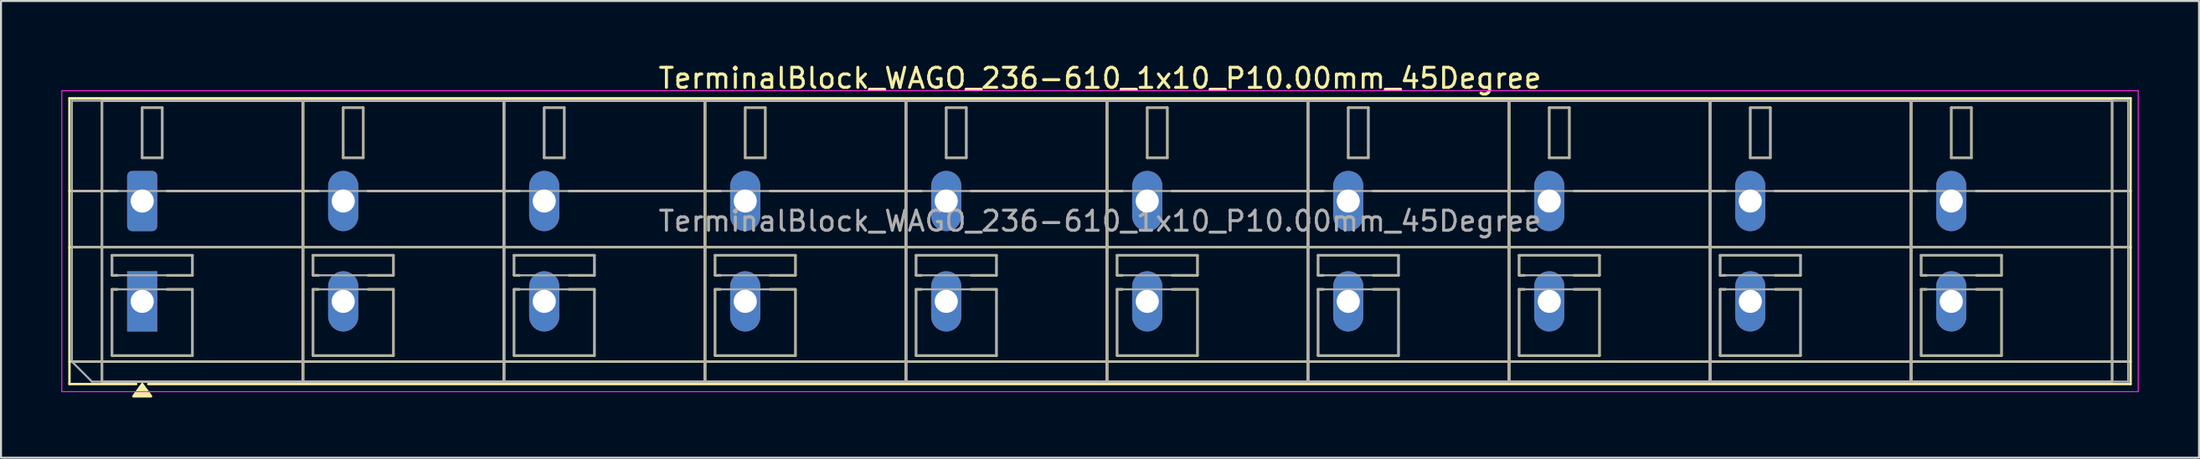
<source format=kicad_pcb>
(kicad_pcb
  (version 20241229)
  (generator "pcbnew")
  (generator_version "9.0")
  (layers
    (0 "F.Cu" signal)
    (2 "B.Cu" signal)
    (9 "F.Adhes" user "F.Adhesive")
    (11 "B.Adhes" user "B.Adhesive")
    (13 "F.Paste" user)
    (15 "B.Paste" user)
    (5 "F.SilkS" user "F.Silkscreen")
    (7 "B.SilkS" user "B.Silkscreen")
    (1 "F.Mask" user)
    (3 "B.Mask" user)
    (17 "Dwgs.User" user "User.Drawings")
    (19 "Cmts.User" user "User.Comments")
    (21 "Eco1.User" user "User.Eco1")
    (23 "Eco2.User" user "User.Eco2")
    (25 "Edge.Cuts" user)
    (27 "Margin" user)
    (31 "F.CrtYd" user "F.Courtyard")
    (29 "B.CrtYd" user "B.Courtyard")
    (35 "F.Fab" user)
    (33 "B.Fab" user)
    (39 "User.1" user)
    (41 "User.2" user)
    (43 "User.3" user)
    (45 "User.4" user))
  (footprint "TerminalBlock_WAGO_236-610_1x10_P10.00mm_45Degree"
    (layer "F.Cu")
    (at 4.025 6.968)
    (property "Reference" "TerminalBlock_WAGO_236-610_1x10_P10.00mm_45Degree" (at 47.65 -6.12 0) (layer "F.SilkS") (effects (font (size 1 1) (thickness 0.15))))
    (attr through_hole)
    (fp_line (start -3.62 -5.12) (end -3.62 9.12) (stroke (width 0.12) (type solid)) (layer "F.SilkS"))
    (fp_line (start -3.62 -5.12) (end 98.92 -5.12) (stroke (width 0.12) (type solid)) (layer "F.SilkS"))
    (fp_line (start -3.62 -0.5) (end -1.23 -0.5) (stroke (width 0.12) (type solid)) (layer "F.SilkS"))
    (fp_line (start -3.62 2.3) (end 98.92 2.3) (stroke (width 0.12) (type solid)) (layer "F.SilkS"))
    (fp_line (start -3.62 8) (end 98.92 8) (stroke (width 0.12) (type solid)) (layer "F.SilkS"))
    (fp_line (start -3.62 9.12) (end -0.3 9.12) (stroke (width 0.12) (type solid)) (layer "F.SilkS"))
    (fp_line (start -2 -5) (end -2 9) (stroke (width 0.12) (type solid)) (layer "F.SilkS"))
    (fp_line (start -2 -5) (end 8 -5) (stroke (width 0.12) (type solid)) (layer "F.SilkS"))
    (fp_line (start -2 9) (end 8 9) (stroke (width 0.12) (type solid)) (layer "F.SilkS"))
    (fp_line (start -1.5 2.7) (end -1.5 3.7) (stroke (width 0.12) (type solid)) (layer "F.SilkS"))
    (fp_line (start -1.5 2.7) (end 2.5 2.7) (stroke (width 0.12) (type solid)) (layer "F.SilkS"))
    (fp_line (start -1.5 3.7) (end -1.23 3.7) (stroke (width 0.12) (type solid)) (layer "F.SilkS"))
    (fp_line (start -1.5 4.4) (end -1.5 7.7) (stroke (width 0.12) (type solid)) (layer "F.SilkS"))
    (fp_line (start -1.5 4.4) (end -1.23 4.4) (stroke (width 0.12) (type solid)) (layer "F.SilkS"))
    (fp_line (start -1.5 7.7) (end 2.5 7.7) (stroke (width 0.12) (type solid)) (layer "F.SilkS"))
    (fp_line (start 0 -4.65) (end 0 -2.15) (stroke (width 0.12) (type solid)) (layer "F.SilkS"))
    (fp_line (start 0 -4.65) (end 1 -4.65) (stroke (width 0.12) (type solid)) (layer "F.SilkS"))
    (fp_line (start 0 -2.15) (end 1 -2.15) (stroke (width 0.12) (type solid)) (layer "F.SilkS"))
    (fp_line (start 0.3 9.12) (end 98.92 9.12) (stroke (width 0.12) (type solid)) (layer "F.SilkS"))
    (fp_line (start 1 -4.65) (end 1 -2.15) (stroke (width 0.12) (type solid)) (layer "F.SilkS"))
    (fp_line (start 1.23 -0.5) (end 8.77 -0.5) (stroke (width 0.12) (type solid)) (layer "F.SilkS"))
    (fp_line (start 1.23 3.7) (end 2.5 3.7) (stroke (width 0.12) (type solid)) (layer "F.SilkS"))
    (fp_line (start 1.23 4.4) (end 2.5 4.4) (stroke (width 0.12) (type solid)) (layer "F.SilkS"))
    (fp_line (start 2.5 2.7) (end 2.5 3.7) (stroke (width 0.12) (type solid)) (layer "F.SilkS"))
    (fp_line (start 2.5 4.4) (end 2.5 7.7) (stroke (width 0.12) (type solid)) (layer "F.SilkS"))
    (fp_line (start 8 -5) (end 8 9) (stroke (width 0.12) (type solid)) (layer "F.SilkS"))
    (fp_line (start 8 -5) (end 8 9) (stroke (width 0.12) (type solid)) (layer "F.SilkS"))
    (fp_line (start 8 -5) (end 18 -5) (stroke (width 0.12) (type solid)) (layer "F.SilkS"))
    (fp_line (start 8 9) (end 18 9) (stroke (width 0.12) (type solid)) (layer "F.SilkS"))
    (fp_line (start 8.5 2.7) (end 8.5 3.7) (stroke (width 0.12) (type solid)) (layer "F.SilkS"))
    (fp_line (start 8.5 2.7) (end 12.5 2.7) (stroke (width 0.12) (type solid)) (layer "F.SilkS"))
    (fp_line (start 8.5 3.7) (end 8.77 3.7) (stroke (width 0.12) (type solid)) (layer "F.SilkS"))
    (fp_line (start 8.5 4.4) (end 8.5 7.7) (stroke (width 0.12) (type solid)) (layer "F.SilkS"))
    (fp_line (start 8.5 4.4) (end 8.77 4.4) (stroke (width 0.12) (type solid)) (layer "F.SilkS"))
    (fp_line (start 8.5 7.7) (end 12.5 7.7) (stroke (width 0.12) (type solid)) (layer "F.SilkS"))
    (fp_line (start 10 -4.65) (end 10 -2.15) (stroke (width 0.12) (type solid)) (layer "F.SilkS"))
    (fp_line (start 10 -4.65) (end 11 -4.65) (stroke (width 0.12) (type solid)) (layer "F.SilkS"))
    (fp_line (start 10 -2.15) (end 11 -2.15) (stroke (width 0.12) (type solid)) (layer "F.SilkS"))
    (fp_line (start 11 -4.65) (end 11 -2.15) (stroke (width 0.12) (type solid)) (layer "F.SilkS"))
    (fp_line (start 11.23 -0.5) (end 18.77 -0.5) (stroke (width 0.12) (type solid)) (layer "F.SilkS"))
    (fp_line (start 11.23 3.7) (end 12.5 3.7) (stroke (width 0.12) (type solid)) (layer "F.SilkS"))
    (fp_line (start 11.23 4.4) (end 12.5 4.4) (stroke (width 0.12) (type solid)) (layer "F.SilkS"))
    (fp_line (start 12.5 2.7) (end 12.5 3.7) (stroke (width 0.12) (type solid)) (layer "F.SilkS"))
    (fp_line (start 12.5 4.4) (end 12.5 7.7) (stroke (width 0.12) (type solid)) (layer "F.SilkS"))
    (fp_line (start 18 -5) (end 18 9) (stroke (width 0.12) (type solid)) (layer "F.SilkS"))
    (fp_line (start 18 -5) (end 18 9) (stroke (width 0.12) (type solid)) (layer "F.SilkS"))
    (fp_line (start 18 -5) (end 28 -5) (stroke (width 0.12) (type solid)) (layer "F.SilkS"))
    (fp_line (start 18 9) (end 28 9) (stroke (width 0.12) (type solid)) (layer "F.SilkS"))
    (fp_line (start 18.5 2.7) (end 18.5 3.7) (stroke (width 0.12) (type solid)) (layer "F.SilkS"))
    (fp_line (start 18.5 2.7) (end 22.5 2.7) (stroke (width 0.12) (type solid)) (layer "F.SilkS"))
    (fp_line (start 18.5 3.7) (end 18.77 3.7) (stroke (width 0.12) (type solid)) (layer "F.SilkS"))
    (fp_line (start 18.5 4.4) (end 18.5 7.7) (stroke (width 0.12) (type solid)) (layer "F.SilkS"))
    (fp_line (start 18.5 4.4) (end 18.77 4.4) (stroke (width 0.12) (type solid)) (layer "F.SilkS"))
    (fp_line (start 18.5 7.7) (end 22.5 7.7) (stroke (width 0.12) (type solid)) (layer "F.SilkS"))
    (fp_line (start 20 -4.65) (end 20 -2.15) (stroke (width 0.12) (type solid)) (layer "F.SilkS"))
    (fp_line (start 20 -4.65) (end 21 -4.65) (stroke (width 0.12) (type solid)) (layer "F.SilkS"))
    (fp_line (start 20 -2.15) (end 21 -2.15) (stroke (width 0.12) (type solid)) (layer "F.SilkS"))
    (fp_line (start 21 -4.65) (end 21 -2.15) (stroke (width 0.12) (type solid)) (layer "F.SilkS"))
    (fp_line (start 21.23 -0.5) (end 28.77 -0.5) (stroke (width 0.12) (type solid)) (layer "F.SilkS"))
    (fp_line (start 21.23 3.7) (end 22.5 3.7) (stroke (width 0.12) (type solid)) (layer "F.SilkS"))
    (fp_line (start 21.23 4.4) (end 22.5 4.4) (stroke (width 0.12) (type solid)) (layer "F.SilkS"))
    (fp_line (start 22.5 2.7) (end 22.5 3.7) (stroke (width 0.12) (type solid)) (layer "F.SilkS"))
    (fp_line (start 22.5 4.4) (end 22.5 7.7) (stroke (width 0.12) (type solid)) (layer "F.SilkS"))
    (fp_line (start 28 -5) (end 28 9) (stroke (width 0.12) (type solid)) (layer "F.SilkS"))
    (fp_line (start 28 -5) (end 28 9) (stroke (width 0.12) (type solid)) (layer "F.SilkS"))
    (fp_line (start 28 -5) (end 38 -5) (stroke (width 0.12) (type solid)) (layer "F.SilkS"))
    (fp_line (start 28 9) (end 38 9) (stroke (width 0.12) (type solid)) (layer "F.SilkS"))
    (fp_line (start 28.5 2.7) (end 28.5 3.7) (stroke (width 0.12) (type solid)) (layer "F.SilkS"))
    (fp_line (start 28.5 2.7) (end 32.5 2.7) (stroke (width 0.12) (type solid)) (layer "F.SilkS"))
    (fp_line (start 28.5 3.7) (end 28.77 3.7) (stroke (width 0.12) (type solid)) (layer "F.SilkS"))
    (fp_line (start 28.5 4.4) (end 28.5 7.7) (stroke (width 0.12) (type solid)) (layer "F.SilkS"))
    (fp_line (start 28.5 4.4) (end 28.77 4.4) (stroke (width 0.12) (type solid)) (layer "F.SilkS"))
    (fp_line (start 28.5 7.7) (end 32.5 7.7) (stroke (width 0.12) (type solid)) (layer "F.SilkS"))
    (fp_line (start 30 -4.65) (end 30 -2.15) (stroke (width 0.12) (type solid)) (layer "F.SilkS"))
    (fp_line (start 30 -4.65) (end 31 -4.65) (stroke (width 0.12) (type solid)) (layer "F.SilkS"))
    (fp_line (start 30 -2.15) (end 31 -2.15) (stroke (width 0.12) (type solid)) (layer "F.SilkS"))
    (fp_line (start 31 -4.65) (end 31 -2.15) (stroke (width 0.12) (type solid)) (layer "F.SilkS"))
    (fp_line (start 31.23 -0.5) (end 38.77 -0.5) (stroke (width 0.12) (type solid)) (layer "F.SilkS"))
    (fp_line (start 31.23 3.7) (end 32.5 3.7) (stroke (width 0.12) (type solid)) (layer "F.SilkS"))
    (fp_line (start 31.23 4.4) (end 32.5 4.4) (stroke (width 0.12) (type solid)) (layer "F.SilkS"))
    (fp_line (start 32.5 2.7) (end 32.5 3.7) (stroke (width 0.12) (type solid)) (layer "F.SilkS"))
    (fp_line (start 32.5 4.4) (end 32.5 7.7) (stroke (width 0.12) (type solid)) (layer "F.SilkS"))
    (fp_line (start 38 -5) (end 38 9) (stroke (width 0.12) (type solid)) (layer "F.SilkS"))
    (fp_line (start 38 -5) (end 38 9) (stroke (width 0.12) (type solid)) (layer "F.SilkS"))
    (fp_line (start 38 -5) (end 48 -5) (stroke (width 0.12) (type solid)) (layer "F.SilkS"))
    (fp_line (start 38 9) (end 48 9) (stroke (width 0.12) (type solid)) (layer "F.SilkS"))
    (fp_line (start 38.5 2.7) (end 38.5 3.7) (stroke (width 0.12) (type solid)) (layer "F.SilkS"))
    (fp_line (start 38.5 2.7) (end 42.5 2.7) (stroke (width 0.12) (type solid)) (layer "F.SilkS"))
    (fp_line (start 38.5 3.7) (end 38.77 3.7) (stroke (width 0.12) (type solid)) (layer "F.SilkS"))
    (fp_line (start 38.5 4.4) (end 38.5 7.7) (stroke (width 0.12) (type solid)) (layer "F.SilkS"))
    (fp_line (start 38.5 4.4) (end 38.77 4.4) (stroke (width 0.12) (type solid)) (layer "F.SilkS"))
    (fp_line (start 38.5 7.7) (end 42.5 7.7) (stroke (width 0.12) (type solid)) (layer "F.SilkS"))
    (fp_line (start 40 -4.65) (end 40 -2.15) (stroke (width 0.12) (type solid)) (layer "F.SilkS"))
    (fp_line (start 40 -4.65) (end 41 -4.65) (stroke (width 0.12) (type solid)) (layer "F.SilkS"))
    (fp_line (start 40 -2.15) (end 41 -2.15) (stroke (width 0.12) (type solid)) (layer "F.SilkS"))
    (fp_line (start 41 -4.65) (end 41 -2.15) (stroke (width 0.12) (type solid)) (layer "F.SilkS"))
    (fp_line (start 41.23 -0.5) (end 48.77 -0.5) (stroke (width 0.12) (type solid)) (layer "F.SilkS"))
    (fp_line (start 41.23 3.7) (end 42.5 3.7) (stroke (width 0.12) (type solid)) (layer "F.SilkS"))
    (fp_line (start 41.23 4.4) (end 42.5 4.4) (stroke (width 0.12) (type solid)) (layer "F.SilkS"))
    (fp_line (start 42.5 2.7) (end 42.5 3.7) (stroke (width 0.12) (type solid)) (layer "F.SilkS"))
    (fp_line (start 42.5 4.4) (end 42.5 7.7) (stroke (width 0.12) (type solid)) (layer "F.SilkS"))
    (fp_line (start 48 -5) (end 48 9) (stroke (width 0.12) (type solid)) (layer "F.SilkS"))
    (fp_line (start 48 -5) (end 48 9) (stroke (width 0.12) (type solid)) (layer "F.SilkS"))
    (fp_line (start 48 -5) (end 58 -5) (stroke (width 0.12) (type solid)) (layer "F.SilkS"))
    (fp_line (start 48 9) (end 58 9) (stroke (width 0.12) (type solid)) (layer "F.SilkS"))
    (fp_line (start 48.5 2.7) (end 48.5 3.7) (stroke (width 0.12) (type solid)) (layer "F.SilkS"))
    (fp_line (start 48.5 2.7) (end 52.5 2.7) (stroke (width 0.12) (type solid)) (layer "F.SilkS"))
    (fp_line (start 48.5 3.7) (end 48.77 3.7) (stroke (width 0.12) (type solid)) (layer "F.SilkS"))
    (fp_line (start 48.5 4.4) (end 48.5 7.7) (stroke (width 0.12) (type solid)) (layer "F.SilkS"))
    (fp_line (start 48.5 4.4) (end 48.77 4.4) (stroke (width 0.12) (type solid)) (layer "F.SilkS"))
    (fp_line (start 48.5 7.7) (end 52.5 7.7) (stroke (width 0.12) (type solid)) (layer "F.SilkS"))
    (fp_line (start 50 -4.65) (end 50 -2.15) (stroke (width 0.12) (type solid)) (layer "F.SilkS"))
    (fp_line (start 50 -4.65) (end 51 -4.65) (stroke (width 0.12) (type solid)) (layer "F.SilkS"))
    (fp_line (start 50 -2.15) (end 51 -2.15) (stroke (width 0.12) (type solid)) (layer "F.SilkS"))
    (fp_line (start 51 -4.65) (end 51 -2.15) (stroke (width 0.12) (type solid)) (layer "F.SilkS"))
    (fp_line (start 51.23 -0.5) (end 58.77 -0.5) (stroke (width 0.12) (type solid)) (layer "F.SilkS"))
    (fp_line (start 51.23 3.7) (end 52.5 3.7) (stroke (width 0.12) (type solid)) (layer "F.SilkS"))
    (fp_line (start 51.23 4.4) (end 52.5 4.4) (stroke (width 0.12) (type solid)) (layer "F.SilkS"))
    (fp_line (start 52.5 2.7) (end 52.5 3.7) (stroke (width 0.12) (type solid)) (layer "F.SilkS"))
    (fp_line (start 52.5 4.4) (end 52.5 7.7) (stroke (width 0.12) (type solid)) (layer "F.SilkS"))
    (fp_line (start 58 -5) (end 58 9) (stroke (width 0.12) (type solid)) (layer "F.SilkS"))
    (fp_line (start 58 -5) (end 58 9) (stroke (width 0.12) (type solid)) (layer "F.SilkS"))
    (fp_line (start 58 -5) (end 68 -5) (stroke (width 0.12) (type solid)) (layer "F.SilkS"))
    (fp_line (start 58 9) (end 68 9) (stroke (width 0.12) (type solid)) (layer "F.SilkS"))
    (fp_line (start 58.5 2.7) (end 58.5 3.7) (stroke (width 0.12) (type solid)) (layer "F.SilkS"))
    (fp_line (start 58.5 2.7) (end 62.5 2.7) (stroke (width 0.12) (type solid)) (layer "F.SilkS"))
    (fp_line (start 58.5 3.7) (end 58.77 3.7) (stroke (width 0.12) (type solid)) (layer "F.SilkS"))
    (fp_line (start 58.5 4.4) (end 58.5 7.7) (stroke (width 0.12) (type solid)) (layer "F.SilkS"))
    (fp_line (start 58.5 4.4) (end 58.77 4.4) (stroke (width 0.12) (type solid)) (layer "F.SilkS"))
    (fp_line (start 58.5 7.7) (end 62.5 7.7) (stroke (width 0.12) (type solid)) (layer "F.SilkS"))
    (fp_line (start 60 -4.65) (end 60 -2.15) (stroke (width 0.12) (type solid)) (layer "F.SilkS"))
    (fp_line (start 60 -4.65) (end 61 -4.65) (stroke (width 0.12) (type solid)) (layer "F.SilkS"))
    (fp_line (start 60 -2.15) (end 61 -2.15) (stroke (width 0.12) (type solid)) (layer "F.SilkS"))
    (fp_line (start 61 -4.65) (end 61 -2.15) (stroke (width 0.12) (type solid)) (layer "F.SilkS"))
    (fp_line (start 61.23 -0.5) (end 68.77 -0.5) (stroke (width 0.12) (type solid)) (layer "F.SilkS"))
    (fp_line (start 61.23 3.7) (end 62.5 3.7) (stroke (width 0.12) (type solid)) (layer "F.SilkS"))
    (fp_line (start 61.23 4.4) (end 62.5 4.4) (stroke (width 0.12) (type solid)) (layer "F.SilkS"))
    (fp_line (start 62.5 2.7) (end 62.5 3.7) (stroke (width 0.12) (type solid)) (layer "F.SilkS"))
    (fp_line (start 62.5 4.4) (end 62.5 7.7) (stroke (width 0.12) (type solid)) (layer "F.SilkS"))
    (fp_line (start 68 -5) (end 68 9) (stroke (width 0.12) (type solid)) (layer "F.SilkS"))
    (fp_line (start 68 -5) (end 68 9) (stroke (width 0.12) (type solid)) (layer "F.SilkS"))
    (fp_line (start 68 -5) (end 78 -5) (stroke (width 0.12) (type solid)) (layer "F.SilkS"))
    (fp_line (start 68 9) (end 78 9) (stroke (width 0.12) (type solid)) (layer "F.SilkS"))
    (fp_line (start 68.5 2.7) (end 68.5 3.7) (stroke (width 0.12) (type solid)) (layer "F.SilkS"))
    (fp_line (start 68.5 2.7) (end 72.5 2.7) (stroke (width 0.12) (type solid)) (layer "F.SilkS"))
    (fp_line (start 68.5 3.7) (end 68.77 3.7) (stroke (width 0.12) (type solid)) (layer "F.SilkS"))
    (fp_line (start 68.5 4.4) (end 68.5 7.7) (stroke (width 0.12) (type solid)) (layer "F.SilkS"))
    (fp_line (start 68.5 4.4) (end 68.77 4.4) (stroke (width 0.12) (type solid)) (layer "F.SilkS"))
    (fp_line (start 68.5 7.7) (end 72.5 7.7) (stroke (width 0.12) (type solid)) (layer "F.SilkS"))
    (fp_line (start 70 -4.65) (end 70 -2.15) (stroke (width 0.12) (type solid)) (layer "F.SilkS"))
    (fp_line (start 70 -4.65) (end 71 -4.65) (stroke (width 0.12) (type solid)) (layer "F.SilkS"))
    (fp_line (start 70 -2.15) (end 71 -2.15) (stroke (width 0.12) (type solid)) (layer "F.SilkS"))
    (fp_line (start 71 -4.65) (end 71 -2.15) (stroke (width 0.12) (type solid)) (layer "F.SilkS"))
    (fp_line (start 71.23 -0.5) (end 78.77 -0.5) (stroke (width 0.12) (type solid)) (layer "F.SilkS"))
    (fp_line (start 71.23 3.7) (end 72.5 3.7) (stroke (width 0.12) (type solid)) (layer "F.SilkS"))
    (fp_line (start 71.23 4.4) (end 72.5 4.4) (stroke (width 0.12) (type solid)) (layer "F.SilkS"))
    (fp_line (start 72.5 2.7) (end 72.5 3.7) (stroke (width 0.12) (type solid)) (layer "F.SilkS"))
    (fp_line (start 72.5 4.4) (end 72.5 7.7) (stroke (width 0.12) (type solid)) (layer "F.SilkS"))
    (fp_line (start 78 -5) (end 78 9) (stroke (width 0.12) (type solid)) (layer "F.SilkS"))
    (fp_line (start 78 -5) (end 78 9) (stroke (width 0.12) (type solid)) (layer "F.SilkS"))
    (fp_line (start 78 -5) (end 88 -5) (stroke (width 0.12) (type solid)) (layer "F.SilkS"))
    (fp_line (start 78 9) (end 88 9) (stroke (width 0.12) (type solid)) (layer "F.SilkS"))
    (fp_line (start 78.5 2.7) (end 78.5 3.7) (stroke (width 0.12) (type solid)) (layer "F.SilkS"))
    (fp_line (start 78.5 2.7) (end 82.5 2.7) (stroke (width 0.12) (type solid)) (layer "F.SilkS"))
    (fp_line (start 78.5 3.7) (end 78.77 3.7) (stroke (width 0.12) (type solid)) (layer "F.SilkS"))
    (fp_line (start 78.5 4.4) (end 78.5 7.7) (stroke (width 0.12) (type solid)) (layer "F.SilkS"))
    (fp_line (start 78.5 4.4) (end 78.77 4.4) (stroke (width 0.12) (type solid)) (layer "F.SilkS"))
    (fp_line (start 78.5 7.7) (end 82.5 7.7) (stroke (width 0.12) (type solid)) (layer "F.SilkS"))
    (fp_line (start 80 -4.65) (end 80 -2.15) (stroke (width 0.12) (type solid)) (layer "F.SilkS"))
    (fp_line (start 80 -4.65) (end 81 -4.65) (stroke (width 0.12) (type solid)) (layer "F.SilkS"))
    (fp_line (start 80 -2.15) (end 81 -2.15) (stroke (width 0.12) (type solid)) (layer "F.SilkS"))
    (fp_line (start 81 -4.65) (end 81 -2.15) (stroke (width 0.12) (type solid)) (layer "F.SilkS"))
    (fp_line (start 81.23 -0.5) (end 88.77 -0.5) (stroke (width 0.12) (type solid)) (layer "F.SilkS"))
    (fp_line (start 81.23 3.7) (end 82.5 3.7) (stroke (width 0.12) (type solid)) (layer "F.SilkS"))
    (fp_line (start 81.23 4.4) (end 82.5 4.4) (stroke (width 0.12) (type solid)) (layer "F.SilkS"))
    (fp_line (start 82.5 2.7) (end 82.5 3.7) (stroke (width 0.12) (type solid)) (layer "F.SilkS"))
    (fp_line (start 82.5 4.4) (end 82.5 7.7) (stroke (width 0.12) (type solid)) (layer "F.SilkS"))
    (fp_line (start 88 -5) (end 88 9) (stroke (width 0.12) (type solid)) (layer "F.SilkS"))
    (fp_line (start 88 -5) (end 88 9) (stroke (width 0.12) (type solid)) (layer "F.SilkS"))
    (fp_line (start 88 -5) (end 98 -5) (stroke (width 0.12) (type solid)) (layer "F.SilkS"))
    (fp_line (start 88 9) (end 98 9) (stroke (width 0.12) (type solid)) (layer "F.SilkS"))
    (fp_line (start 88.5 2.7) (end 88.5 3.7) (stroke (width 0.12) (type solid)) (layer "F.SilkS"))
    (fp_line (start 88.5 2.7) (end 92.5 2.7) (stroke (width 0.12) (type solid)) (layer "F.SilkS"))
    (fp_line (start 88.5 3.7) (end 88.77 3.7) (stroke (width 0.12) (type solid)) (layer "F.SilkS"))
    (fp_line (start 88.5 4.4) (end 88.5 7.7) (stroke (width 0.12) (type solid)) (layer "F.SilkS"))
    (fp_line (start 88.5 4.4) (end 88.77 4.4) (stroke (width 0.12) (type solid)) (layer "F.SilkS"))
    (fp_line (start 88.5 7.7) (end 92.5 7.7) (stroke (width 0.12) (type solid)) (layer "F.SilkS"))
    (fp_line (start 90 -4.65) (end 90 -2.15) (stroke (width 0.12) (type solid)) (layer "F.SilkS"))
    (fp_line (start 90 -4.65) (end 91 -4.65) (stroke (width 0.12) (type solid)) (layer "F.SilkS"))
    (fp_line (start 90 -2.15) (end 91 -2.15) (stroke (width 0.12) (type solid)) (layer "F.SilkS"))
    (fp_line (start 91 -4.65) (end 91 -2.15) (stroke (width 0.12) (type solid)) (layer "F.SilkS"))
    (fp_line (start 91.23 -0.5) (end 98.92 -0.5) (stroke (width 0.12) (type solid)) (layer "F.SilkS"))
    (fp_line (start 91.23 3.7) (end 92.5 3.7) (stroke (width 0.12) (type solid)) (layer "F.SilkS"))
    (fp_line (start 91.23 4.4) (end 92.5 4.4) (stroke (width 0.12) (type solid)) (layer "F.SilkS"))
    (fp_line (start 92.5 2.7) (end 92.5 3.7) (stroke (width 0.12) (type solid)) (layer "F.SilkS"))
    (fp_line (start 92.5 4.4) (end 92.5 7.7) (stroke (width 0.12) (type solid)) (layer "F.SilkS"))
    (fp_line (start 98 -5) (end 98 9) (stroke (width 0.12) (type solid)) (layer "F.SilkS"))
    (fp_line (start 98.92 -5.12) (end 98.92 9.12) (stroke (width 0.12) (type solid)) (layer "F.SilkS"))
    (fp_poly (pts (xy 0 9.12) (xy 0.44 9.73) (xy -0.44 9.73)) (stroke (width 0.12) (type solid)) (fill yes) (layer "F.SilkS"))
    (fp_line (start -4 -5.5) (end -4 9.5) (stroke (width 0.05) (type solid)) (layer "F.CrtYd"))
    (fp_line (start -4 9.5) (end 99.3 9.5) (stroke (width 0.05) (type solid)) (layer "F.CrtYd"))
    (fp_line (start 99.3 -5.5) (end -4 -5.5) (stroke (width 0.05) (type solid)) (layer "F.CrtYd"))
    (fp_line (start 99.3 9.5) (end 99.3 -5.5) (stroke (width 0.05) (type solid)) (layer "F.CrtYd"))
    (fp_line (start -3.5 -5) (end 98.8 -5) (stroke (width 0.1) (type solid)) (layer "F.Fab"))
    (fp_line (start -3.5 -0.5) (end 98.8 -0.5) (stroke (width 0.1) (type solid)) (layer "F.Fab"))
    (fp_line (start -3.5 2.3) (end 98.8 2.3) (stroke (width 0.1) (type solid)) (layer "F.Fab"))
    (fp_line (start -3.5 8) (end -3.5 -5) (stroke (width 0.1) (type solid)) (layer "F.Fab"))
    (fp_line (start -3.5 8) (end 98.8 8) (stroke (width 0.1) (type solid)) (layer "F.Fab"))
    (fp_line (start -2.5 9) (end -3.5 8) (stroke (width 0.1) (type solid)) (layer "F.Fab"))
    (fp_line (start -2 -5) (end -2 9) (stroke (width 0.1) (type solid)) (layer "F.Fab"))
    (fp_line (start -2 9) (end 8 9) (stroke (width 0.1) (type solid)) (layer "F.Fab"))
    (fp_line (start -1.5 2.7) (end -1.5 3.7) (stroke (width 0.1) (type solid)) (layer "F.Fab"))
    (fp_line (start -1.5 3.7) (end 2.5 3.7) (stroke (width 0.1) (type solid)) (layer "F.Fab"))
    (fp_line (start -1.5 4.4) (end -1.5 7.7) (stroke (width 0.1) (type solid)) (layer "F.Fab"))
    (fp_line (start -1.5 7.7) (end 2.5 7.7) (stroke (width 0.1) (type solid)) (layer "F.Fab"))
    (fp_line (start 0 -4.65) (end 0 -2.15) (stroke (width 0.1) (type solid)) (layer "F.Fab"))
    (fp_line (start 0 -2.15) (end 1 -2.15) (stroke (width 0.1) (type solid)) (layer "F.Fab"))
    (fp_line (start 1 -4.65) (end 0 -4.65) (stroke (width 0.1) (type solid)) (layer "F.Fab"))
    (fp_line (start 1 -2.15) (end 1 -4.65) (stroke (width 0.1) (type solid)) (layer "F.Fab"))
    (fp_line (start 2.5 2.7) (end -1.5 2.7) (stroke (width 0.1) (type solid)) (layer "F.Fab"))
    (fp_line (start 2.5 3.7) (end 2.5 2.7) (stroke (width 0.1) (type solid)) (layer "F.Fab"))
    (fp_line (start 2.5 4.4) (end -1.5 4.4) (stroke (width 0.1) (type solid)) (layer "F.Fab"))
    (fp_line (start 2.5 7.7) (end 2.5 4.4) (stroke (width 0.1) (type solid)) (layer "F.Fab"))
    (fp_line (start 8 -5) (end -2 -5) (stroke (width 0.1) (type solid)) (layer "F.Fab"))
    (fp_line (start 8 -5) (end 8 9) (stroke (width 0.1) (type solid)) (layer "F.Fab"))
    (fp_line (start 8 9) (end 8 -5) (stroke (width 0.1) (type solid)) (layer "F.Fab"))
    (fp_line (start 8 9) (end 18 9) (stroke (width 0.1) (type solid)) (layer "F.Fab"))
    (fp_line (start 8.5 2.7) (end 8.5 3.7) (stroke (width 0.1) (type solid)) (layer "F.Fab"))
    (fp_line (start 8.5 3.7) (end 12.5 3.7) (stroke (width 0.1) (type solid)) (layer "F.Fab"))
    (fp_line (start 8.5 4.4) (end 8.5 7.7) (stroke (width 0.1) (type solid)) (layer "F.Fab"))
    (fp_line (start 8.5 7.7) (end 12.5 7.7) (stroke (width 0.1) (type solid)) (layer "F.Fab"))
    (fp_line (start 10 -4.65) (end 10 -2.15) (stroke (width 0.1) (type solid)) (layer "F.Fab"))
    (fp_line (start 10 -2.15) (end 11 -2.15) (stroke (width 0.1) (type solid)) (layer "F.Fab"))
    (fp_line (start 11 -4.65) (end 10 -4.65) (stroke (width 0.1) (type solid)) (layer "F.Fab"))
    (fp_line (start 11 -2.15) (end 11 -4.65) (stroke (width 0.1) (type solid)) (layer "F.Fab"))
    (fp_line (start 12.5 2.7) (end 8.5 2.7) (stroke (width 0.1) (type solid)) (layer "F.Fab"))
    (fp_line (start 12.5 3.7) (end 12.5 2.7) (stroke (width 0.1) (type solid)) (layer "F.Fab"))
    (fp_line (start 12.5 4.4) (end 8.5 4.4) (stroke (width 0.1) (type solid)) (layer "F.Fab"))
    (fp_line (start 12.5 7.7) (end 12.5 4.4) (stroke (width 0.1) (type solid)) (layer "F.Fab"))
    (fp_line (start 18 -5) (end 8 -5) (stroke (width 0.1) (type solid)) (layer "F.Fab"))
    (fp_line (start 18 -5) (end 18 9) (stroke (width 0.1) (type solid)) (layer "F.Fab"))
    (fp_line (start 18 9) (end 18 -5) (stroke (width 0.1) (type solid)) (layer "F.Fab"))
    (fp_line (start 18 9) (end 28 9) (stroke (width 0.1) (type solid)) (layer "F.Fab"))
    (fp_line (start 18.5 2.7) (end 18.5 3.7) (stroke (width 0.1) (type solid)) (layer "F.Fab"))
    (fp_line (start 18.5 3.7) (end 22.5 3.7) (stroke (width 0.1) (type solid)) (layer "F.Fab"))
    (fp_line (start 18.5 4.4) (end 18.5 7.7) (stroke (width 0.1) (type solid)) (layer "F.Fab"))
    (fp_line (start 18.5 7.7) (end 22.5 7.7) (stroke (width 0.1) (type solid)) (layer "F.Fab"))
    (fp_line (start 20 -4.65) (end 20 -2.15) (stroke (width 0.1) (type solid)) (layer "F.Fab"))
    (fp_line (start 20 -2.15) (end 21 -2.15) (stroke (width 0.1) (type solid)) (layer "F.Fab"))
    (fp_line (start 21 -4.65) (end 20 -4.65) (stroke (width 0.1) (type solid)) (layer "F.Fab"))
    (fp_line (start 21 -2.15) (end 21 -4.65) (stroke (width 0.1) (type solid)) (layer "F.Fab"))
    (fp_line (start 22.5 2.7) (end 18.5 2.7) (stroke (width 0.1) (type solid)) (layer "F.Fab"))
    (fp_line (start 22.5 3.7) (end 22.5 2.7) (stroke (width 0.1) (type solid)) (layer "F.Fab"))
    (fp_line (start 22.5 4.4) (end 18.5 4.4) (stroke (width 0.1) (type solid)) (layer "F.Fab"))
    (fp_line (start 22.5 7.7) (end 22.5 4.4) (stroke (width 0.1) (type solid)) (layer "F.Fab"))
    (fp_line (start 28 -5) (end 18 -5) (stroke (width 0.1) (type solid)) (layer "F.Fab"))
    (fp_line (start 28 -5) (end 28 9) (stroke (width 0.1) (type solid)) (layer "F.Fab"))
    (fp_line (start 28 9) (end 28 -5) (stroke (width 0.1) (type solid)) (layer "F.Fab"))
    (fp_line (start 28 9) (end 38 9) (stroke (width 0.1) (type solid)) (layer "F.Fab"))
    (fp_line (start 28.5 2.7) (end 28.5 3.7) (stroke (width 0.1) (type solid)) (layer "F.Fab"))
    (fp_line (start 28.5 3.7) (end 32.5 3.7) (stroke (width 0.1) (type solid)) (layer "F.Fab"))
    (fp_line (start 28.5 4.4) (end 28.5 7.7) (stroke (width 0.1) (type solid)) (layer "F.Fab"))
    (fp_line (start 28.5 7.7) (end 32.5 7.7) (stroke (width 0.1) (type solid)) (layer "F.Fab"))
    (fp_line (start 30 -4.65) (end 30 -2.15) (stroke (width 0.1) (type solid)) (layer "F.Fab"))
    (fp_line (start 30 -2.15) (end 31 -2.15) (stroke (width 0.1) (type solid)) (layer "F.Fab"))
    (fp_line (start 31 -4.65) (end 30 -4.65) (stroke (width 0.1) (type solid)) (layer "F.Fab"))
    (fp_line (start 31 -2.15) (end 31 -4.65) (stroke (width 0.1) (type solid)) (layer "F.Fab"))
    (fp_line (start 32.5 2.7) (end 28.5 2.7) (stroke (width 0.1) (type solid)) (layer "F.Fab"))
    (fp_line (start 32.5 3.7) (end 32.5 2.7) (stroke (width 0.1) (type solid)) (layer "F.Fab"))
    (fp_line (start 32.5 4.4) (end 28.5 4.4) (stroke (width 0.1) (type solid)) (layer "F.Fab"))
    (fp_line (start 32.5 7.7) (end 32.5 4.4) (stroke (width 0.1) (type solid)) (layer "F.Fab"))
    (fp_line (start 38 -5) (end 28 -5) (stroke (width 0.1) (type solid)) (layer "F.Fab"))
    (fp_line (start 38 -5) (end 38 9) (stroke (width 0.1) (type solid)) (layer "F.Fab"))
    (fp_line (start 38 9) (end 38 -5) (stroke (width 0.1) (type solid)) (layer "F.Fab"))
    (fp_line (start 38 9) (end 48 9) (stroke (width 0.1) (type solid)) (layer "F.Fab"))
    (fp_line (start 38.5 2.7) (end 38.5 3.7) (stroke (width 0.1) (type solid)) (layer "F.Fab"))
    (fp_line (start 38.5 3.7) (end 42.5 3.7) (stroke (width 0.1) (type solid)) (layer "F.Fab"))
    (fp_line (start 38.5 4.4) (end 38.5 7.7) (stroke (width 0.1) (type solid)) (layer "F.Fab"))
    (fp_line (start 38.5 7.7) (end 42.5 7.7) (stroke (width 0.1) (type solid)) (layer "F.Fab"))
    (fp_line (start 40 -4.65) (end 40 -2.15) (stroke (width 0.1) (type solid)) (layer "F.Fab"))
    (fp_line (start 40 -2.15) (end 41 -2.15) (stroke (width 0.1) (type solid)) (layer "F.Fab"))
    (fp_line (start 41 -4.65) (end 40 -4.65) (stroke (width 0.1) (type solid)) (layer "F.Fab"))
    (fp_line (start 41 -2.15) (end 41 -4.65) (stroke (width 0.1) (type solid)) (layer "F.Fab"))
    (fp_line (start 42.5 2.7) (end 38.5 2.7) (stroke (width 0.1) (type solid)) (layer "F.Fab"))
    (fp_line (start 42.5 3.7) (end 42.5 2.7) (stroke (width 0.1) (type solid)) (layer "F.Fab"))
    (fp_line (start 42.5 4.4) (end 38.5 4.4) (stroke (width 0.1) (type solid)) (layer "F.Fab"))
    (fp_line (start 42.5 7.7) (end 42.5 4.4) (stroke (width 0.1) (type solid)) (layer "F.Fab"))
    (fp_line (start 48 -5) (end 38 -5) (stroke (width 0.1) (type solid)) (layer "F.Fab"))
    (fp_line (start 48 -5) (end 48 9) (stroke (width 0.1) (type solid)) (layer "F.Fab"))
    (fp_line (start 48 9) (end 48 -5) (stroke (width 0.1) (type solid)) (layer "F.Fab"))
    (fp_line (start 48 9) (end 58 9) (stroke (width 0.1) (type solid)) (layer "F.Fab"))
    (fp_line (start 48.5 2.7) (end 48.5 3.7) (stroke (width 0.1) (type solid)) (layer "F.Fab"))
    (fp_line (start 48.5 3.7) (end 52.5 3.7) (stroke (width 0.1) (type solid)) (layer "F.Fab"))
    (fp_line (start 48.5 4.4) (end 48.5 7.7) (stroke (width 0.1) (type solid)) (layer "F.Fab"))
    (fp_line (start 48.5 7.7) (end 52.5 7.7) (stroke (width 0.1) (type solid)) (layer "F.Fab"))
    (fp_line (start 50 -4.65) (end 50 -2.15) (stroke (width 0.1) (type solid)) (layer "F.Fab"))
    (fp_line (start 50 -2.15) (end 51 -2.15) (stroke (width 0.1) (type solid)) (layer "F.Fab"))
    (fp_line (start 51 -4.65) (end 50 -4.65) (stroke (width 0.1) (type solid)) (layer "F.Fab"))
    (fp_line (start 51 -2.15) (end 51 -4.65) (stroke (width 0.1) (type solid)) (layer "F.Fab"))
    (fp_line (start 52.5 2.7) (end 48.5 2.7) (stroke (width 0.1) (type solid)) (layer "F.Fab"))
    (fp_line (start 52.5 3.7) (end 52.5 2.7) (stroke (width 0.1) (type solid)) (layer "F.Fab"))
    (fp_line (start 52.5 4.4) (end 48.5 4.4) (stroke (width 0.1) (type solid)) (layer "F.Fab"))
    (fp_line (start 52.5 7.7) (end 52.5 4.4) (stroke (width 0.1) (type solid)) (layer "F.Fab"))
    (fp_line (start 58 -5) (end 48 -5) (stroke (width 0.1) (type solid)) (layer "F.Fab"))
    (fp_line (start 58 -5) (end 58 9) (stroke (width 0.1) (type solid)) (layer "F.Fab"))
    (fp_line (start 58 9) (end 58 -5) (stroke (width 0.1) (type solid)) (layer "F.Fab"))
    (fp_line (start 58 9) (end 68 9) (stroke (width 0.1) (type solid)) (layer "F.Fab"))
    (fp_line (start 58.5 2.7) (end 58.5 3.7) (stroke (width 0.1) (type solid)) (layer "F.Fab"))
    (fp_line (start 58.5 3.7) (end 62.5 3.7) (stroke (width 0.1) (type solid)) (layer "F.Fab"))
    (fp_line (start 58.5 4.4) (end 58.5 7.7) (stroke (width 0.1) (type solid)) (layer "F.Fab"))
    (fp_line (start 58.5 7.7) (end 62.5 7.7) (stroke (width 0.1) (type solid)) (layer "F.Fab"))
    (fp_line (start 60 -4.65) (end 60 -2.15) (stroke (width 0.1) (type solid)) (layer "F.Fab"))
    (fp_line (start 60 -2.15) (end 61 -2.15) (stroke (width 0.1) (type solid)) (layer "F.Fab"))
    (fp_line (start 61 -4.65) (end 60 -4.65) (stroke (width 0.1) (type solid)) (layer "F.Fab"))
    (fp_line (start 61 -2.15) (end 61 -4.65) (stroke (width 0.1) (type solid)) (layer "F.Fab"))
    (fp_line (start 62.5 2.7) (end 58.5 2.7) (stroke (width 0.1) (type solid)) (layer "F.Fab"))
    (fp_line (start 62.5 3.7) (end 62.5 2.7) (stroke (width 0.1) (type solid)) (layer "F.Fab"))
    (fp_line (start 62.5 4.4) (end 58.5 4.4) (stroke (width 0.1) (type solid)) (layer "F.Fab"))
    (fp_line (start 62.5 7.7) (end 62.5 4.4) (stroke (width 0.1) (type solid)) (layer "F.Fab"))
    (fp_line (start 68 -5) (end 58 -5) (stroke (width 0.1) (type solid)) (layer "F.Fab"))
    (fp_line (start 68 -5) (end 68 9) (stroke (width 0.1) (type solid)) (layer "F.Fab"))
    (fp_line (start 68 9) (end 68 -5) (stroke (width 0.1) (type solid)) (layer "F.Fab"))
    (fp_line (start 68 9) (end 78 9) (stroke (width 0.1) (type solid)) (layer "F.Fab"))
    (fp_line (start 68.5 2.7) (end 68.5 3.7) (stroke (width 0.1) (type solid)) (layer "F.Fab"))
    (fp_line (start 68.5 3.7) (end 72.5 3.7) (stroke (width 0.1) (type solid)) (layer "F.Fab"))
    (fp_line (start 68.5 4.4) (end 68.5 7.7) (stroke (width 0.1) (type solid)) (layer "F.Fab"))
    (fp_line (start 68.5 7.7) (end 72.5 7.7) (stroke (width 0.1) (type solid)) (layer "F.Fab"))
    (fp_line (start 70 -4.65) (end 70 -2.15) (stroke (width 0.1) (type solid)) (layer "F.Fab"))
    (fp_line (start 70 -2.15) (end 71 -2.15) (stroke (width 0.1) (type solid)) (layer "F.Fab"))
    (fp_line (start 71 -4.65) (end 70 -4.65) (stroke (width 0.1) (type solid)) (layer "F.Fab"))
    (fp_line (start 71 -2.15) (end 71 -4.65) (stroke (width 0.1) (type solid)) (layer "F.Fab"))
    (fp_line (start 72.5 2.7) (end 68.5 2.7) (stroke (width 0.1) (type solid)) (layer "F.Fab"))
    (fp_line (start 72.5 3.7) (end 72.5 2.7) (stroke (width 0.1) (type solid)) (layer "F.Fab"))
    (fp_line (start 72.5 4.4) (end 68.5 4.4) (stroke (width 0.1) (type solid)) (layer "F.Fab"))
    (fp_line (start 72.5 7.7) (end 72.5 4.4) (stroke (width 0.1) (type solid)) (layer "F.Fab"))
    (fp_line (start 78 -5) (end 68 -5) (stroke (width 0.1) (type solid)) (layer "F.Fab"))
    (fp_line (start 78 -5) (end 78 9) (stroke (width 0.1) (type solid)) (layer "F.Fab"))
    (fp_line (start 78 9) (end 78 -5) (stroke (width 0.1) (type solid)) (layer "F.Fab"))
    (fp_line (start 78 9) (end 88 9) (stroke (width 0.1) (type solid)) (layer "F.Fab"))
    (fp_line (start 78.5 2.7) (end 78.5 3.7) (stroke (width 0.1) (type solid)) (layer "F.Fab"))
    (fp_line (start 78.5 3.7) (end 82.5 3.7) (stroke (width 0.1) (type solid)) (layer "F.Fab"))
    (fp_line (start 78.5 4.4) (end 78.5 7.7) (stroke (width 0.1) (type solid)) (layer "F.Fab"))
    (fp_line (start 78.5 7.7) (end 82.5 7.7) (stroke (width 0.1) (type solid)) (layer "F.Fab"))
    (fp_line (start 80 -4.65) (end 80 -2.15) (stroke (width 0.1) (type solid)) (layer "F.Fab"))
    (fp_line (start 80 -2.15) (end 81 -2.15) (stroke (width 0.1) (type solid)) (layer "F.Fab"))
    (fp_line (start 81 -4.65) (end 80 -4.65) (stroke (width 0.1) (type solid)) (layer "F.Fab"))
    (fp_line (start 81 -2.15) (end 81 -4.65) (stroke (width 0.1) (type solid)) (layer "F.Fab"))
    (fp_line (start 82.5 2.7) (end 78.5 2.7) (stroke (width 0.1) (type solid)) (layer "F.Fab"))
    (fp_line (start 82.5 3.7) (end 82.5 2.7) (stroke (width 0.1) (type solid)) (layer "F.Fab"))
    (fp_line (start 82.5 4.4) (end 78.5 4.4) (stroke (width 0.1) (type solid)) (layer "F.Fab"))
    (fp_line (start 82.5 7.7) (end 82.5 4.4) (stroke (width 0.1) (type solid)) (layer "F.Fab"))
    (fp_line (start 88 -5) (end 78 -5) (stroke (width 0.1) (type solid)) (layer "F.Fab"))
    (fp_line (start 88 -5) (end 88 9) (stroke (width 0.1) (type solid)) (layer "F.Fab"))
    (fp_line (start 88 9) (end 88 -5) (stroke (width 0.1) (type solid)) (layer "F.Fab"))
    (fp_line (start 88 9) (end 98 9) (stroke (width 0.1) (type solid)) (layer "F.Fab"))
    (fp_line (start 88.5 2.7) (end 88.5 3.7) (stroke (width 0.1) (type solid)) (layer "F.Fab"))
    (fp_line (start 88.5 3.7) (end 92.5 3.7) (stroke (width 0.1) (type solid)) (layer "F.Fab"))
    (fp_line (start 88.5 4.4) (end 88.5 7.7) (stroke (width 0.1) (type solid)) (layer "F.Fab"))
    (fp_line (start 88.5 7.7) (end 92.5 7.7) (stroke (width 0.1) (type solid)) (layer "F.Fab"))
    (fp_line (start 90 -4.65) (end 90 -2.15) (stroke (width 0.1) (type solid)) (layer "F.Fab"))
    (fp_line (start 90 -2.15) (end 91 -2.15) (stroke (width 0.1) (type solid)) (layer "F.Fab"))
    (fp_line (start 91 -4.65) (end 90 -4.65) (stroke (width 0.1) (type solid)) (layer "F.Fab"))
    (fp_line (start 91 -2.15) (end 91 -4.65) (stroke (width 0.1) (type solid)) (layer "F.Fab"))
    (fp_line (start 92.5 2.7) (end 88.5 2.7) (stroke (width 0.1) (type solid)) (layer "F.Fab"))
    (fp_line (start 92.5 3.7) (end 92.5 2.7) (stroke (width 0.1) (type solid)) (layer "F.Fab"))
    (fp_line (start 92.5 4.4) (end 88.5 4.4) (stroke (width 0.1) (type solid)) (layer "F.Fab"))
    (fp_line (start 92.5 7.7) (end 92.5 4.4) (stroke (width 0.1) (type solid)) (layer "F.Fab"))
    (fp_line (start 98 -5) (end 88 -5) (stroke (width 0.1) (type solid)) (layer "F.Fab"))
    (fp_line (start 98 9) (end 98 -5) (stroke (width 0.1) (type solid)) (layer "F.Fab"))
    (fp_line (start 98.8 -5) (end 98.8 9) (stroke (width 0.1) (type solid)) (layer "F.Fab"))
    (fp_line (start 98.8 9) (end -2.5 9) (stroke (width 0.1) (type solid)) (layer "F.Fab"))
    (fp_text user "${REFERENCE}" (at 47.65 1 0) (layer "F.Fab") (effects (font (size 1 1) (thickness 0.15))))
    (pad "1" thru_hole roundrect (at 0 0) (size 1.5 3) (drill 1.15) (layers "*.Cu" "*.Mask") (roundrect_rratio 0.167))
    (pad "1" thru_hole rect (at 0 5) (size 1.5 3) (drill 1.15) (layers "*.Cu" "*.Mask"))
    (pad "2" thru_hole oval (at 10 0) (size 1.5 3) (drill 1.15) (layers "*.Cu" "*.Mask"))
    (pad "2" thru_hole oval (at 10 5) (size 1.5 3) (drill 1.15) (layers "*.Cu" "*.Mask"))
    (pad "3" thru_hole oval (at 20 0) (size 1.5 3) (drill 1.15) (layers "*.Cu" "*.Mask"))
    (pad "3" thru_hole oval (at 20 5) (size 1.5 3) (drill 1.15) (layers "*.Cu" "*.Mask"))
    (pad "4" thru_hole oval (at 30 0) (size 1.5 3) (drill 1.15) (layers "*.Cu" "*.Mask"))
    (pad "4" thru_hole oval (at 30 5) (size 1.5 3) (drill 1.15) (layers "*.Cu" "*.Mask"))
    (pad "5" thru_hole oval (at 40 0) (size 1.5 3) (drill 1.15) (layers "*.Cu" "*.Mask"))
    (pad "5" thru_hole oval (at 40 5) (size 1.5 3) (drill 1.15) (layers "*.Cu" "*.Mask"))
    (pad "6" thru_hole oval (at 50 0) (size 1.5 3) (drill 1.15) (layers "*.Cu" "*.Mask"))
    (pad "6" thru_hole oval (at 50 5) (size 1.5 3) (drill 1.15) (layers "*.Cu" "*.Mask"))
    (pad "7" thru_hole oval (at 60 0) (size 1.5 3) (drill 1.15) (layers "*.Cu" "*.Mask"))
    (pad "7" thru_hole oval (at 60 5) (size 1.5 3) (drill 1.15) (layers "*.Cu" "*.Mask"))
    (pad "8" thru_hole oval (at 70 0) (size 1.5 3) (drill 1.15) (layers "*.Cu" "*.Mask"))
    (pad "8" thru_hole oval (at 70 5) (size 1.5 3) (drill 1.15) (layers "*.Cu" "*.Mask"))
    (pad "9" thru_hole oval (at 80 0) (size 1.5 3) (drill 1.15) (layers "*.Cu" "*.Mask"))
    (pad "9" thru_hole oval (at 80 5) (size 1.5 3) (drill 1.15) (layers "*.Cu" "*.Mask"))
    (pad "10" thru_hole oval (at 90 0) (size 1.5 3) (drill 1.15) (layers "*.Cu" "*.Mask"))
    (pad "10" thru_hole oval (at 90 5) (size 1.5 3) (drill 1.15) (layers "*.Cu" "*.Mask")))
  (gr_rect
    (start -3 -3)
    (end 106.35 19.758)
    (stroke (width 0.1) (type default))
    (fill no)
    (layer "Edge.Cuts")))
</source>
